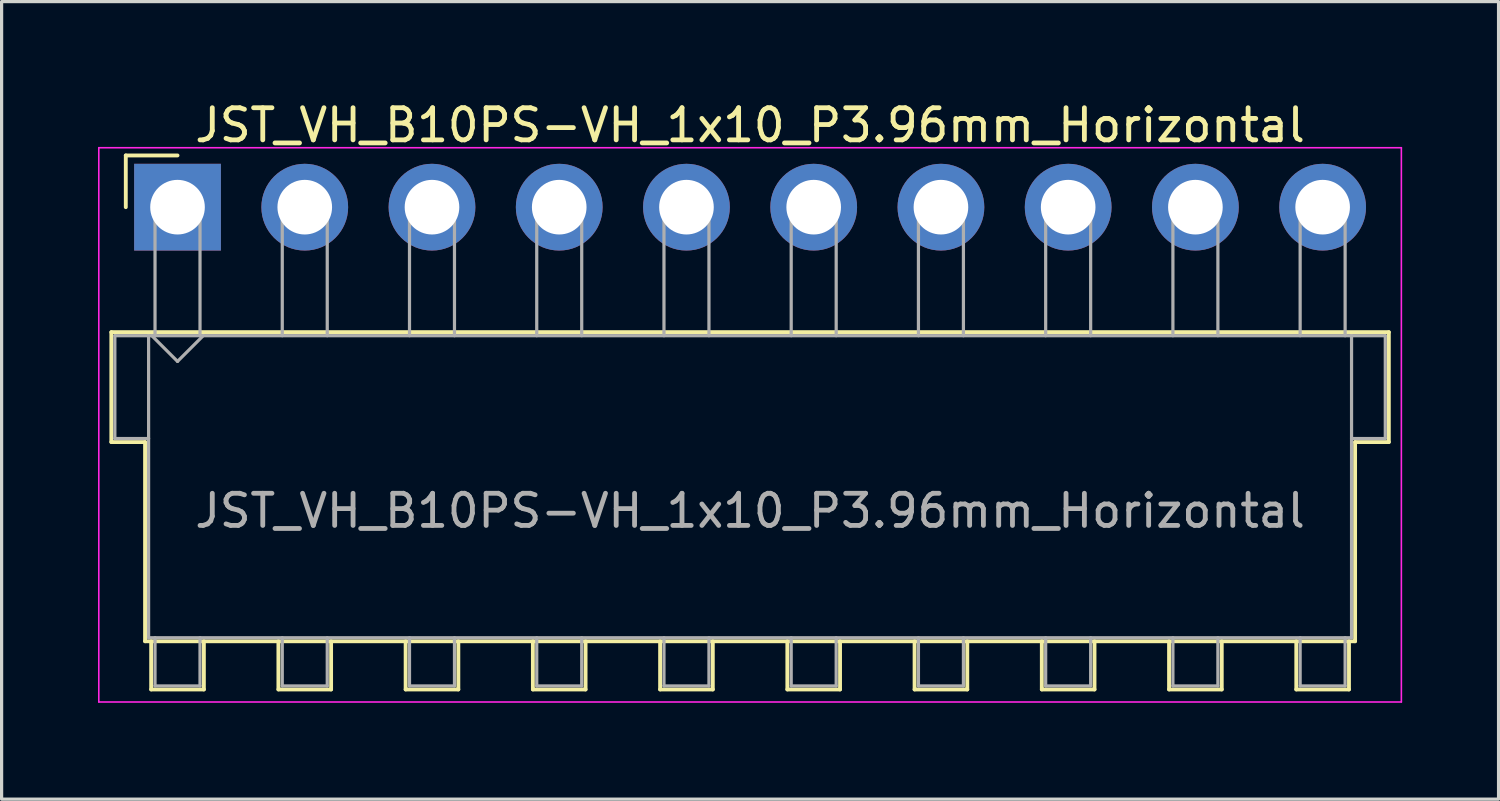
<source format=kicad_pcb>
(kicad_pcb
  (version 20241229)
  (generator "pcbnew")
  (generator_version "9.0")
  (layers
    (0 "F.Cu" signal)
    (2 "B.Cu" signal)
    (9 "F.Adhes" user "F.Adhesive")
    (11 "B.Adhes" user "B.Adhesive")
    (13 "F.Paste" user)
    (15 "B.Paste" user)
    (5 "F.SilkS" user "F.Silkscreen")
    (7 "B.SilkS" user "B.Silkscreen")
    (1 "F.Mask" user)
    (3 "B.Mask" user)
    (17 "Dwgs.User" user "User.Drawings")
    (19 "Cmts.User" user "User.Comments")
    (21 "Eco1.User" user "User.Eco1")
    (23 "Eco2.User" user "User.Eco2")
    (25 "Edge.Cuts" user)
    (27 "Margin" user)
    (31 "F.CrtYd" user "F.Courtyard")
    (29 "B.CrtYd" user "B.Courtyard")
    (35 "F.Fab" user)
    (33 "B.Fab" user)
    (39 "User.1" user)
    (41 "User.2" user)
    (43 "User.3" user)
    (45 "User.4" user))
  (footprint "JST_VH_B10PS-VH_1x10_P3.96mm_Horizontal"
    (layer "F.Cu")
    (at 2.475 3.398)
    (property "Reference" "JST_VH_B10PS-VH_1x10_P3.96mm_Horizontal" (at 17.82 -2.55 0) (layer "F.SilkS") (effects (font (size 1 1) (thickness 0.15))))
    (attr through_hole)
    (fp_line (start -2.06 3.89) (end 37.7 3.89) (stroke (width 0.12) (type solid)) (layer "F.SilkS"))
    (fp_line (start -2.06 7.31) (end -2.06 3.89) (stroke (width 0.12) (type solid)) (layer "F.SilkS"))
    (fp_line (start -1.61 -1.61) (end -1.61 0) (stroke (width 0.12) (type solid)) (layer "F.SilkS"))
    (fp_line (start -1.01 7.31) (end -2.06 7.31) (stroke (width 0.12) (type solid)) (layer "F.SilkS"))
    (fp_line (start -1.01 13.51) (end -1.01 7.31) (stroke (width 0.12) (type solid)) (layer "F.SilkS"))
    (fp_line (start -0.82 13.51) (end -0.82 15.01) (stroke (width 0.12) (type solid)) (layer "F.SilkS"))
    (fp_line (start -0.82 15.01) (end 0.82 15.01) (stroke (width 0.12) (type solid)) (layer "F.SilkS"))
    (fp_line (start 0 -1.61) (end -1.61 -1.61) (stroke (width 0.12) (type solid)) (layer "F.SilkS"))
    (fp_line (start 0.82 15.01) (end 0.82 13.51) (stroke (width 0.12) (type solid)) (layer "F.SilkS"))
    (fp_line (start 3.14 13.51) (end 3.14 15.01) (stroke (width 0.12) (type solid)) (layer "F.SilkS"))
    (fp_line (start 3.14 15.01) (end 4.78 15.01) (stroke (width 0.12) (type solid)) (layer "F.SilkS"))
    (fp_line (start 4.78 15.01) (end 4.78 13.51) (stroke (width 0.12) (type solid)) (layer "F.SilkS"))
    (fp_line (start 7.1 13.51) (end 7.1 15.01) (stroke (width 0.12) (type solid)) (layer "F.SilkS"))
    (fp_line (start 7.1 15.01) (end 8.74 15.01) (stroke (width 0.12) (type solid)) (layer "F.SilkS"))
    (fp_line (start 8.74 15.01) (end 8.74 13.51) (stroke (width 0.12) (type solid)) (layer "F.SilkS"))
    (fp_line (start 11.06 13.51) (end 11.06 15.01) (stroke (width 0.12) (type solid)) (layer "F.SilkS"))
    (fp_line (start 11.06 15.01) (end 12.7 15.01) (stroke (width 0.12) (type solid)) (layer "F.SilkS"))
    (fp_line (start 12.7 15.01) (end 12.7 13.51) (stroke (width 0.12) (type solid)) (layer "F.SilkS"))
    (fp_line (start 15.02 13.51) (end 15.02 15.01) (stroke (width 0.12) (type solid)) (layer "F.SilkS"))
    (fp_line (start 15.02 15.01) (end 16.66 15.01) (stroke (width 0.12) (type solid)) (layer "F.SilkS"))
    (fp_line (start 16.66 15.01) (end 16.66 13.51) (stroke (width 0.12) (type solid)) (layer "F.SilkS"))
    (fp_line (start 18.98 13.51) (end 18.98 15.01) (stroke (width 0.12) (type solid)) (layer "F.SilkS"))
    (fp_line (start 18.98 15.01) (end 20.62 15.01) (stroke (width 0.12) (type solid)) (layer "F.SilkS"))
    (fp_line (start 20.62 15.01) (end 20.62 13.51) (stroke (width 0.12) (type solid)) (layer "F.SilkS"))
    (fp_line (start 22.94 13.51) (end 22.94 15.01) (stroke (width 0.12) (type solid)) (layer "F.SilkS"))
    (fp_line (start 22.94 15.01) (end 24.58 15.01) (stroke (width 0.12) (type solid)) (layer "F.SilkS"))
    (fp_line (start 24.58 15.01) (end 24.58 13.51) (stroke (width 0.12) (type solid)) (layer "F.SilkS"))
    (fp_line (start 26.9 13.51) (end 26.9 15.01) (stroke (width 0.12) (type solid)) (layer "F.SilkS"))
    (fp_line (start 26.9 15.01) (end 28.54 15.01) (stroke (width 0.12) (type solid)) (layer "F.SilkS"))
    (fp_line (start 28.54 15.01) (end 28.54 13.51) (stroke (width 0.12) (type solid)) (layer "F.SilkS"))
    (fp_line (start 30.86 13.51) (end 30.86 15.01) (stroke (width 0.12) (type solid)) (layer "F.SilkS"))
    (fp_line (start 30.86 15.01) (end 32.5 15.01) (stroke (width 0.12) (type solid)) (layer "F.SilkS"))
    (fp_line (start 32.5 15.01) (end 32.5 13.51) (stroke (width 0.12) (type solid)) (layer "F.SilkS"))
    (fp_line (start 34.82 13.51) (end 34.82 15.01) (stroke (width 0.12) (type solid)) (layer "F.SilkS"))
    (fp_line (start 34.82 15.01) (end 36.46 15.01) (stroke (width 0.12) (type solid)) (layer "F.SilkS"))
    (fp_line (start 36.46 15.01) (end 36.46 13.51) (stroke (width 0.12) (type solid)) (layer "F.SilkS"))
    (fp_line (start 36.65 7.31) (end 36.65 13.51) (stroke (width 0.12) (type solid)) (layer "F.SilkS"))
    (fp_line (start 36.65 13.51) (end -1.01 13.51) (stroke (width 0.12) (type solid)) (layer "F.SilkS"))
    (fp_line (start 37.7 3.89) (end 37.7 7.31) (stroke (width 0.12) (type solid)) (layer "F.SilkS"))
    (fp_line (start 37.7 7.31) (end 36.65 7.31) (stroke (width 0.12) (type solid)) (layer "F.SilkS"))
    (fp_line (start -2.45 -1.85) (end -2.45 15.4) (stroke (width 0.05) (type solid)) (layer "F.CrtYd"))
    (fp_line (start -2.45 15.4) (end 38.09 15.4) (stroke (width 0.05) (type solid)) (layer "F.CrtYd"))
    (fp_line (start 38.09 -1.85) (end -2.45 -1.85) (stroke (width 0.05) (type solid)) (layer "F.CrtYd"))
    (fp_line (start 38.09 15.4) (end 38.09 -1.85) (stroke (width 0.05) (type solid)) (layer "F.CrtYd"))
    (fp_line (start -1.95 4) (end -0.9 4) (stroke (width 0.1) (type solid)) (layer "F.Fab"))
    (fp_line (start -1.95 7.2) (end -1.95 4) (stroke (width 0.1) (type solid)) (layer "F.Fab"))
    (fp_line (start -0.9 4) (end -0.9 13.4) (stroke (width 0.1) (type solid)) (layer "F.Fab"))
    (fp_line (start -0.9 7.2) (end -1.95 7.2) (stroke (width 0.1) (type solid)) (layer "F.Fab"))
    (fp_line (start -0.9 13.4) (end 36.54 13.4) (stroke (width 0.1) (type solid)) (layer "F.Fab"))
    (fp_line (start -0.8 4) (end 0 4.8) (stroke (width 0.1) (type solid)) (layer "F.Fab"))
    (fp_line (start -0.7 0) (end 0.7 0) (stroke (width 0.1) (type solid)) (layer "F.Fab"))
    (fp_line (start -0.7 4) (end -0.7 0) (stroke (width 0.1) (type solid)) (layer "F.Fab"))
    (fp_line (start -0.7 13.4) (end -0.7 14.9) (stroke (width 0.1) (type solid)) (layer "F.Fab"))
    (fp_line (start -0.7 14.9) (end 0.7 14.9) (stroke (width 0.1) (type solid)) (layer "F.Fab"))
    (fp_line (start 0 4.8) (end 0.8 4) (stroke (width 0.1) (type solid)) (layer "F.Fab"))
    (fp_line (start 0.7 0) (end 0.7 4) (stroke (width 0.1) (type solid)) (layer "F.Fab"))
    (fp_line (start 0.7 14.9) (end 0.7 13.4) (stroke (width 0.1) (type solid)) (layer "F.Fab"))
    (fp_line (start 3.26 0) (end 4.66 0) (stroke (width 0.1) (type solid)) (layer "F.Fab"))
    (fp_line (start 3.26 4) (end 3.26 0) (stroke (width 0.1) (type solid)) (layer "F.Fab"))
    (fp_line (start 3.26 13.4) (end 3.26 14.9) (stroke (width 0.1) (type solid)) (layer "F.Fab"))
    (fp_line (start 3.26 14.9) (end 4.66 14.9) (stroke (width 0.1) (type solid)) (layer "F.Fab"))
    (fp_line (start 4.66 0) (end 4.66 4) (stroke (width 0.1) (type solid)) (layer "F.Fab"))
    (fp_line (start 4.66 14.9) (end 4.66 13.4) (stroke (width 0.1) (type solid)) (layer "F.Fab"))
    (fp_line (start 7.22 0) (end 8.62 0) (stroke (width 0.1) (type solid)) (layer "F.Fab"))
    (fp_line (start 7.22 4) (end 7.22 0) (stroke (width 0.1) (type solid)) (layer "F.Fab"))
    (fp_line (start 7.22 13.4) (end 7.22 14.9) (stroke (width 0.1) (type solid)) (layer "F.Fab"))
    (fp_line (start 7.22 14.9) (end 8.62 14.9) (stroke (width 0.1) (type solid)) (layer "F.Fab"))
    (fp_line (start 8.62 0) (end 8.62 4) (stroke (width 0.1) (type solid)) (layer "F.Fab"))
    (fp_line (start 8.62 14.9) (end 8.62 13.4) (stroke (width 0.1) (type solid)) (layer "F.Fab"))
    (fp_line (start 11.18 0) (end 12.58 0) (stroke (width 0.1) (type solid)) (layer "F.Fab"))
    (fp_line (start 11.18 4) (end 11.18 0) (stroke (width 0.1) (type solid)) (layer "F.Fab"))
    (fp_line (start 11.18 13.4) (end 11.18 14.9) (stroke (width 0.1) (type solid)) (layer "F.Fab"))
    (fp_line (start 11.18 14.9) (end 12.58 14.9) (stroke (width 0.1) (type solid)) (layer "F.Fab"))
    (fp_line (start 12.58 0) (end 12.58 4) (stroke (width 0.1) (type solid)) (layer "F.Fab"))
    (fp_line (start 12.58 14.9) (end 12.58 13.4) (stroke (width 0.1) (type solid)) (layer "F.Fab"))
    (fp_line (start 15.14 0) (end 16.54 0) (stroke (width 0.1) (type solid)) (layer "F.Fab"))
    (fp_line (start 15.14 4) (end 15.14 0) (stroke (width 0.1) (type solid)) (layer "F.Fab"))
    (fp_line (start 15.14 13.4) (end 15.14 14.9) (stroke (width 0.1) (type solid)) (layer "F.Fab"))
    (fp_line (start 15.14 14.9) (end 16.54 14.9) (stroke (width 0.1) (type solid)) (layer "F.Fab"))
    (fp_line (start 16.54 0) (end 16.54 4) (stroke (width 0.1) (type solid)) (layer "F.Fab"))
    (fp_line (start 16.54 14.9) (end 16.54 13.4) (stroke (width 0.1) (type solid)) (layer "F.Fab"))
    (fp_line (start 19.1 0) (end 20.5 0) (stroke (width 0.1) (type solid)) (layer "F.Fab"))
    (fp_line (start 19.1 4) (end 19.1 0) (stroke (width 0.1) (type solid)) (layer "F.Fab"))
    (fp_line (start 19.1 13.4) (end 19.1 14.9) (stroke (width 0.1) (type solid)) (layer "F.Fab"))
    (fp_line (start 19.1 14.9) (end 20.5 14.9) (stroke (width 0.1) (type solid)) (layer "F.Fab"))
    (fp_line (start 20.5 0) (end 20.5 4) (stroke (width 0.1) (type solid)) (layer "F.Fab"))
    (fp_line (start 20.5 14.9) (end 20.5 13.4) (stroke (width 0.1) (type solid)) (layer "F.Fab"))
    (fp_line (start 23.06 0) (end 24.46 0) (stroke (width 0.1) (type solid)) (layer "F.Fab"))
    (fp_line (start 23.06 4) (end 23.06 0) (stroke (width 0.1) (type solid)) (layer "F.Fab"))
    (fp_line (start 23.06 13.4) (end 23.06 14.9) (stroke (width 0.1) (type solid)) (layer "F.Fab"))
    (fp_line (start 23.06 14.9) (end 24.46 14.9) (stroke (width 0.1) (type solid)) (layer "F.Fab"))
    (fp_line (start 24.46 0) (end 24.46 4) (stroke (width 0.1) (type solid)) (layer "F.Fab"))
    (fp_line (start 24.46 14.9) (end 24.46 13.4) (stroke (width 0.1) (type solid)) (layer "F.Fab"))
    (fp_line (start 27.02 0) (end 28.42 0) (stroke (width 0.1) (type solid)) (layer "F.Fab"))
    (fp_line (start 27.02 4) (end 27.02 0) (stroke (width 0.1) (type solid)) (layer "F.Fab"))
    (fp_line (start 27.02 13.4) (end 27.02 14.9) (stroke (width 0.1) (type solid)) (layer "F.Fab"))
    (fp_line (start 27.02 14.9) (end 28.42 14.9) (stroke (width 0.1) (type solid)) (layer "F.Fab"))
    (fp_line (start 28.42 0) (end 28.42 4) (stroke (width 0.1) (type solid)) (layer "F.Fab"))
    (fp_line (start 28.42 14.9) (end 28.42 13.4) (stroke (width 0.1) (type solid)) (layer "F.Fab"))
    (fp_line (start 30.98 0) (end 32.38 0) (stroke (width 0.1) (type solid)) (layer "F.Fab"))
    (fp_line (start 30.98 4) (end 30.98 0) (stroke (width 0.1) (type solid)) (layer "F.Fab"))
    (fp_line (start 30.98 13.4) (end 30.98 14.9) (stroke (width 0.1) (type solid)) (layer "F.Fab"))
    (fp_line (start 30.98 14.9) (end 32.38 14.9) (stroke (width 0.1) (type solid)) (layer "F.Fab"))
    (fp_line (start 32.38 0) (end 32.38 4) (stroke (width 0.1) (type solid)) (layer "F.Fab"))
    (fp_line (start 32.38 14.9) (end 32.38 13.4) (stroke (width 0.1) (type solid)) (layer "F.Fab"))
    (fp_line (start 34.94 0) (end 36.34 0) (stroke (width 0.1) (type solid)) (layer "F.Fab"))
    (fp_line (start 34.94 4) (end 34.94 0) (stroke (width 0.1) (type solid)) (layer "F.Fab"))
    (fp_line (start 34.94 13.4) (end 34.94 14.9) (stroke (width 0.1) (type solid)) (layer "F.Fab"))
    (fp_line (start 34.94 14.9) (end 36.34 14.9) (stroke (width 0.1) (type solid)) (layer "F.Fab"))
    (fp_line (start 36.34 0) (end 36.34 4) (stroke (width 0.1) (type solid)) (layer "F.Fab"))
    (fp_line (start 36.34 14.9) (end 36.34 13.4) (stroke (width 0.1) (type solid)) (layer "F.Fab"))
    (fp_line (start 36.54 4) (end -0.9 4) (stroke (width 0.1) (type solid)) (layer "F.Fab"))
    (fp_line (start 36.54 4) (end 37.59 4) (stroke (width 0.1) (type solid)) (layer "F.Fab"))
    (fp_line (start 36.54 13.4) (end 36.54 4) (stroke (width 0.1) (type solid)) (layer "F.Fab"))
    (fp_line (start 37.59 4) (end 37.59 7.2) (stroke (width 0.1) (type solid)) (layer "F.Fab"))
    (fp_line (start 37.59 7.2) (end 36.54 7.2) (stroke (width 0.1) (type solid)) (layer "F.Fab"))
    (fp_text user "${REFERENCE}" (at 17.82 9.45 0) (layer "F.Fab") (effects (font (size 1 1) (thickness 0.15))))
    (pad "1" thru_hole rect (at 0 0) (size 2.7 2.7) (drill 1.7) (layers "*.Cu" "*.Mask"))
    (pad "2" thru_hole circle (at 3.96 0) (size 2.7 2.7) (drill 1.7) (layers "*.Cu" "*.Mask"))
    (pad "3" thru_hole circle (at 7.92 0) (size 2.7 2.7) (drill 1.7) (layers "*.Cu" "*.Mask"))
    (pad "4" thru_hole circle (at 11.88 0) (size 2.7 2.7) (drill 1.7) (layers "*.Cu" "*.Mask"))
    (pad "5" thru_hole circle (at 15.84 0) (size 2.7 2.7) (drill 1.7) (layers "*.Cu" "*.Mask"))
    (pad "6" thru_hole circle (at 19.8 0) (size 2.7 2.7) (drill 1.7) (layers "*.Cu" "*.Mask"))
    (pad "7" thru_hole circle (at 23.76 0) (size 2.7 2.7) (drill 1.7) (layers "*.Cu" "*.Mask"))
    (pad "8" thru_hole circle (at 27.72 0) (size 2.7 2.7) (drill 1.7) (layers "*.Cu" "*.Mask"))
    (pad "9" thru_hole circle (at 31.68 0) (size 2.7 2.7) (drill 1.7) (layers "*.Cu" "*.Mask"))
    (pad "10" thru_hole circle (at 35.64 0) (size 2.7 2.7) (drill 1.7) (layers "*.Cu" "*.Mask")))
  (gr_rect
    (start -3 -3)
    (end 43.59 21.823)
    (stroke (width 0.1) (type default))
    (fill no)
    (layer "Edge.Cuts")))
</source>
